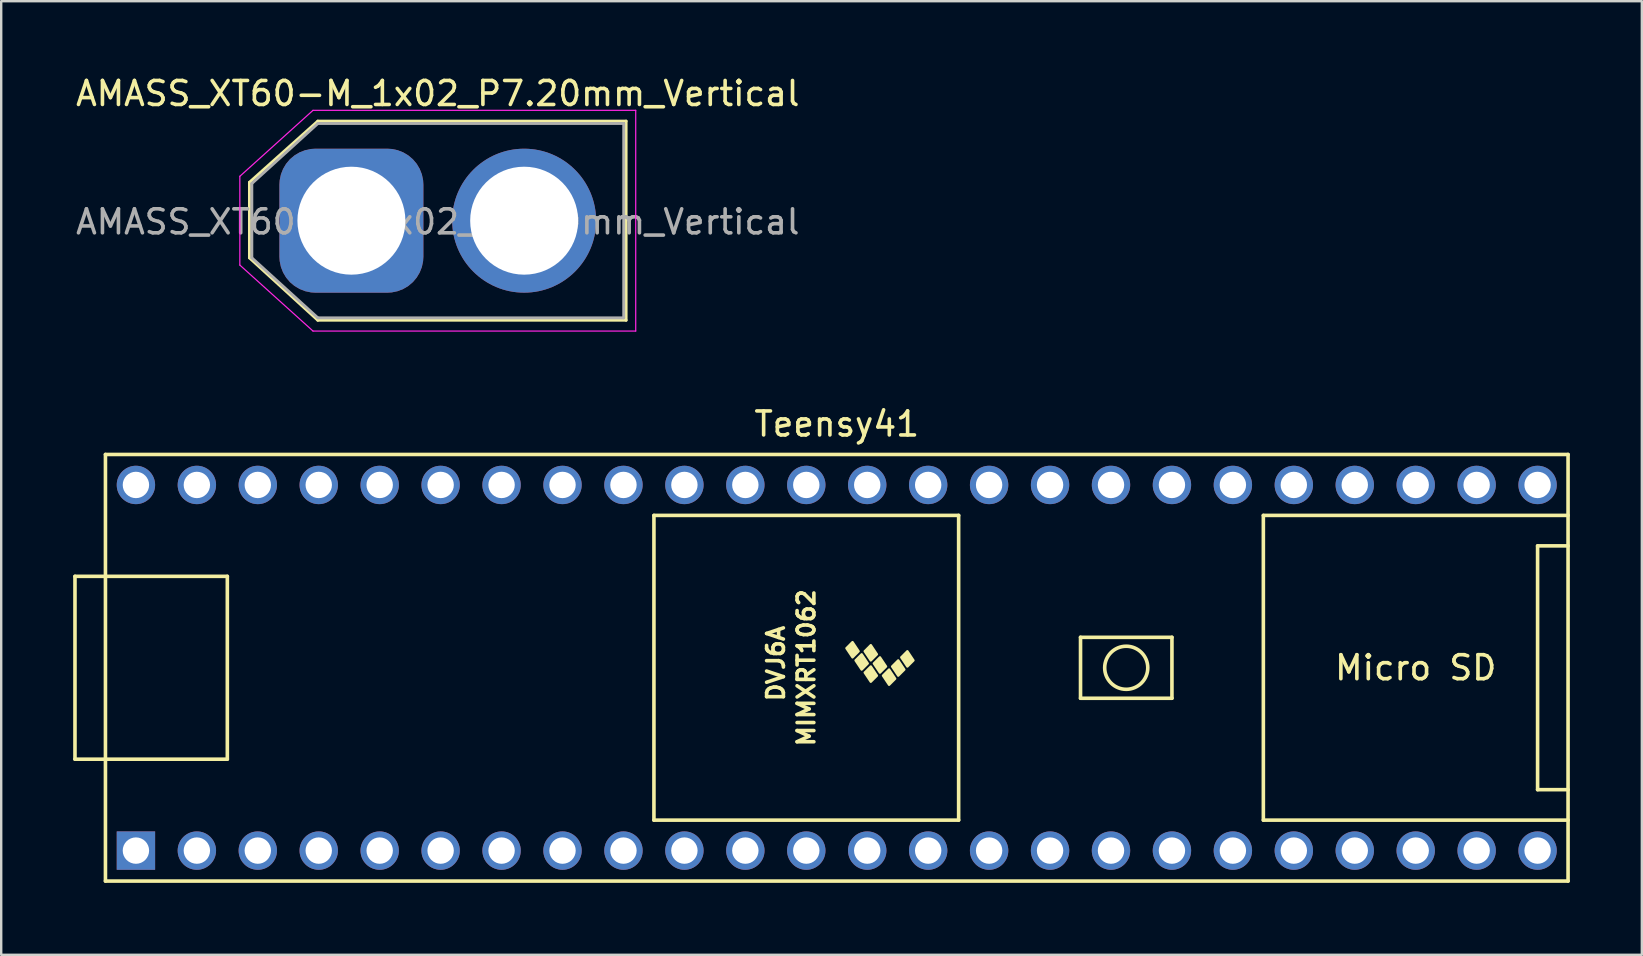
<source format=kicad_pcb>
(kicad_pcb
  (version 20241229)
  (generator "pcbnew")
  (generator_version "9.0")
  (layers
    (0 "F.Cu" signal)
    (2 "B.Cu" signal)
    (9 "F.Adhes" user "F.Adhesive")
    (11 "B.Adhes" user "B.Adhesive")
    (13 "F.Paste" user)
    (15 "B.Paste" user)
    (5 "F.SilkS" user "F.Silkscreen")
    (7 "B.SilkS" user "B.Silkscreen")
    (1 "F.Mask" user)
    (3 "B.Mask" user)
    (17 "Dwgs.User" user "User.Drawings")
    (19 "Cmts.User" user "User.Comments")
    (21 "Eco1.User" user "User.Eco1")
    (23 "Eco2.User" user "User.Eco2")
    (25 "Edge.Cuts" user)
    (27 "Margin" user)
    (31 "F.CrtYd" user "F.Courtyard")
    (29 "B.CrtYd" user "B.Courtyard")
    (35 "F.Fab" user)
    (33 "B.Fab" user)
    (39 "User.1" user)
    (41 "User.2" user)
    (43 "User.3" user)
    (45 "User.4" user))
  (footprint "AMASS_XT60-M_1x02_P7.20mm_Vertical"
    (layer "F.Cu")
    (at 11.596 6.148)
    (property "Reference" "AMASS_XT60-M_1x02_P7.20mm_Vertical" (at 3.6 -5.3 180) (layer "F.SilkS") (effects (font (size 1 1) (thickness 0.15))))
    (attr through_hole)
    (fp_line (start -4.25 -1.6) (end -4.25 1.55) (stroke (width 0.12) (type solid)) (layer "F.SilkS"))
    (fp_line (start -4.25 1.55) (end -1.4 4.15) (stroke (width 0.12) (type solid)) (layer "F.SilkS"))
    (fp_line (start -1.4 -4.15) (end -4.25 -1.6) (stroke (width 0.12) (type solid)) (layer "F.SilkS"))
    (fp_line (start -1.4 4.15) (end 11.45 4.15) (stroke (width 0.12) (type solid)) (layer "F.SilkS"))
    (fp_line (start 11.45 -4.15) (end -1.4 -4.15) (stroke (width 0.12) (type solid)) (layer "F.SilkS"))
    (fp_line (start 11.45 4.15) (end 11.45 -4.15) (stroke (width 0.12) (type solid)) (layer "F.SilkS"))
    (fp_line (start -4.65 -1.85) (end -1.6 -4.6) (stroke (width 0.05) (type solid)) (layer "F.CrtYd"))
    (fp_line (start -4.65 1.85) (end -4.65 -1.85) (stroke (width 0.05) (type solid)) (layer "F.CrtYd"))
    (fp_line (start -1.6 -4.6) (end 11.85 -4.6) (stroke (width 0.05) (type solid)) (layer "F.CrtYd"))
    (fp_line (start -1.6 4.6) (end -4.65 1.85) (stroke (width 0.05) (type solid)) (layer "F.CrtYd"))
    (fp_line (start 11.85 -4.6) (end 11.85 4.6) (stroke (width 0.05) (type solid)) (layer "F.CrtYd"))
    (fp_line (start 11.85 4.6) (end -1.6 4.6) (stroke (width 0.05) (type solid)) (layer "F.CrtYd"))
    (fp_line (start -4.15 -1.55) (end -4.15 1.55) (stroke (width 0.12) (type solid)) (layer "F.Fab"))
    (fp_line (start -4.15 1.55) (end -1.4 4.05) (stroke (width 0.12) (type solid)) (layer "F.Fab"))
    (fp_line (start -1.4 -4.05) (end -4.15 -1.55) (stroke (width 0.12) (type solid)) (layer "F.Fab"))
    (fp_line (start -1.4 4.05) (end 11.35 4.05) (stroke (width 0.12) (type solid)) (layer "F.Fab"))
    (fp_line (start 11.35 -4.05) (end -1.4 -4.05) (stroke (width 0.12) (type solid)) (layer "F.Fab"))
    (fp_line (start 11.35 4.05) (end 11.35 -4.05) (stroke (width 0.12) (type solid)) (layer "F.Fab"))
    (fp_text user "${REFERENCE}" (at 3.6 0.05 0) (layer "F.Fab") (effects (font (size 1 1) (thickness 0.15))))
    (pad "1" thru_hole roundrect (at 0 0) (size 6 6) (drill 4.5) (layers "*.Cu" "*.Mask") (roundrect_rratio 0.25))
    (pad "2" thru_hole circle (at 7.2 0) (size 6 6) (drill 4.5) (layers "*.Cu" "*.Mask")))
  (footprint "Teensy41"
    (layer "F.Cu")
    (at 31.825 24.782)
    (property "Reference" "Teensy41" (at 0 -10.16 0) (layer "F.SilkS") (effects (font (size 1 1) (thickness 0.15))))
    (attr through_hole)
    (fp_line (start -31.75 -3.81) (end -30.48 -3.81) (stroke (width 0.15) (type solid)) (layer "F.SilkS"))
    (fp_line (start -31.75 3.81) (end -31.75 -3.81) (stroke (width 0.15) (type solid)) (layer "F.SilkS"))
    (fp_line (start -30.48 -8.89) (end 30.48 -8.89) (stroke (width 0.15) (type solid)) (layer "F.SilkS"))
    (fp_line (start -30.48 3.81) (end -31.75 3.81) (stroke (width 0.15) (type solid)) (layer "F.SilkS"))
    (fp_line (start -30.48 8.89) (end -30.48 -8.89) (stroke (width 0.15) (type solid)) (layer "F.SilkS"))
    (fp_line (start -25.4 -3.81) (end -30.48 -3.81) (stroke (width 0.15) (type solid)) (layer "F.SilkS"))
    (fp_line (start -25.4 3.81) (end -30.48 3.81) (stroke (width 0.15) (type solid)) (layer "F.SilkS"))
    (fp_line (start -25.4 3.81) (end -25.4 -3.81) (stroke (width 0.15) (type solid)) (layer "F.SilkS"))
    (fp_line (start -7.62 -6.35) (end -7.62 6.35) (stroke (width 0.15) (type solid)) (layer "F.SilkS"))
    (fp_line (start -7.62 6.35) (end 5.08 6.35) (stroke (width 0.15) (type solid)) (layer "F.SilkS"))
    (fp_line (start 5.08 -6.35) (end -7.62 -6.35) (stroke (width 0.15) (type solid)) (layer "F.SilkS"))
    (fp_line (start 5.08 6.35) (end 5.08 -6.35) (stroke (width 0.15) (type solid)) (layer "F.SilkS"))
    (fp_line (start 10.16 -1.27) (end 13.97 -1.27) (stroke (width 0.15) (type solid)) (layer "F.SilkS"))
    (fp_line (start 10.16 1.27) (end 10.16 -1.27) (stroke (width 0.15) (type solid)) (layer "F.SilkS"))
    (fp_line (start 13.97 -1.27) (end 13.97 1.27) (stroke (width 0.15) (type solid)) (layer "F.SilkS"))
    (fp_line (start 13.97 1.27) (end 10.16 1.27) (stroke (width 0.15) (type solid)) (layer "F.SilkS"))
    (fp_line (start 17.78 -6.35) (end 17.78 6.35) (stroke (width 0.15) (type solid)) (layer "F.SilkS"))
    (fp_line (start 17.78 6.35) (end 30.48 6.35) (stroke (width 0.15) (type solid)) (layer "F.SilkS"))
    (fp_line (start 29.21 -5.08) (end 29.21 5.08) (stroke (width 0.15) (type solid)) (layer "F.SilkS"))
    (fp_line (start 29.21 5.08) (end 30.48 5.08) (stroke (width 0.15) (type solid)) (layer "F.SilkS"))
    (fp_line (start 30.48 -8.89) (end 30.48 8.89) (stroke (width 0.15) (type solid)) (layer "F.SilkS"))
    (fp_line (start 30.48 -6.35) (end 17.78 -6.35) (stroke (width 0.15) (type solid)) (layer "F.SilkS"))
    (fp_line (start 30.48 -5.08) (end 29.21 -5.08) (stroke (width 0.15) (type solid)) (layer "F.SilkS"))
    (fp_line (start 30.48 8.89) (end -30.48 8.89) (stroke (width 0.15) (type solid)) (layer "F.SilkS"))
    (fp_circle (center 12.065 0) (end 12.7 -0.635) (stroke (width 0.15) (type solid)) (fill no) (layer "F.SilkS"))
    (fp_poly (pts (xy 0.911 -0.688) (xy 0.657 -0.434) (xy 0.403 -0.815) (xy 0.657 -1.069)) (stroke (width 0.1) (type solid)) (fill yes) (layer "F.SilkS"))
    (fp_poly (pts (xy 1.292 -0.18) (xy 1.038 0.074) (xy 0.784 -0.307) (xy 1.038 -0.561)) (stroke (width 0.1) (type solid)) (fill yes) (layer "F.SilkS"))
    (fp_poly (pts (xy 1.673 -0.561) (xy 1.419 -0.307) (xy 1.165 -0.688) (xy 1.419 -0.942)) (stroke (width 0.1) (type solid)) (fill yes) (layer "F.SilkS"))
    (fp_poly (pts (xy 1.673 0.328) (xy 1.419 0.582) (xy 1.165 0.201) (xy 1.419 -0.053)) (stroke (width 0.1) (type solid)) (fill yes) (layer "F.SilkS"))
    (fp_poly (pts (xy 2.054 -0.053) (xy 1.8 0.201) (xy 1.546 -0.18) (xy 1.8 -0.434)) (stroke (width 0.1) (type solid)) (fill yes) (layer "F.SilkS"))
    (fp_poly (pts (xy 2.435 0.455) (xy 2.181 0.709) (xy 1.927 0.328) (xy 2.181 0.074)) (stroke (width 0.1) (type solid)) (fill yes) (layer "F.SilkS"))
    (fp_poly (pts (xy 2.816 0.074) (xy 2.562 0.328) (xy 2.308 -0.053) (xy 2.562 -0.307)) (stroke (width 0.1) (type solid)) (fill yes) (layer "F.SilkS"))
    (fp_poly (pts (xy 3.197 -0.307) (xy 2.943 -0.053) (xy 2.689 -0.434) (xy 2.943 -0.688)) (stroke (width 0.1) (type solid)) (fill yes) (layer "F.SilkS"))
    (fp_text user "Micro SD" (at 24.13 0 0) (layer "F.SilkS") (effects (font (size 1 1) (thickness 0.15))))
    (fp_text user "MIMXRT1062" (at -1.27 0 270) (layer "F.SilkS") (effects (font (size 0.7 0.7) (thickness 0.15))))
    (fp_text user "DVJ6A" (at -2.54 -0.18 270) (layer "F.SilkS") (effects (font (size 0.7 0.7) (thickness 0.15))))
    (pad "1" thru_hole rect (at -29.21 7.62) (size 1.6 1.6) (drill 1.1) (layers "*.Cu" "*.Mask"))
    (pad "2" thru_hole circle (at -26.67 7.62) (size 1.6 1.6) (drill 1.1) (layers "*.Cu" "*.Mask"))
    (pad "3" thru_hole circle (at -24.13 7.62) (size 1.6 1.6) (drill 1.1) (layers "*.Cu" "*.Mask"))
    (pad "4" thru_hole circle (at -21.59 7.62) (size 1.6 1.6) (drill 1.1) (layers "*.Cu" "*.Mask"))
    (pad "5" thru_hole circle (at -19.05 7.62) (size 1.6 1.6) (drill 1.1) (layers "*.Cu" "*.Mask"))
    (pad "6" thru_hole circle (at -16.51 7.62) (size 1.6 1.6) (drill 1.1) (layers "*.Cu" "*.Mask"))
    (pad "7" thru_hole circle (at -13.97 7.62) (size 1.6 1.6) (drill 1.1) (layers "*.Cu" "*.Mask"))
    (pad "8" thru_hole circle (at -11.43 7.62) (size 1.6 1.6) (drill 1.1) (layers "*.Cu" "*.Mask"))
    (pad "9" thru_hole circle (at -8.89 7.62) (size 1.6 1.6) (drill 1.1) (layers "*.Cu" "*.Mask"))
    (pad "10" thru_hole circle (at -6.35 7.62) (size 1.6 1.6) (drill 1.1) (layers "*.Cu" "*.Mask"))
    (pad "11" thru_hole circle (at -3.81 7.62) (size 1.6 1.6) (drill 1.1) (layers "*.Cu" "*.Mask"))
    (pad "12" thru_hole circle (at -1.27 7.62) (size 1.6 1.6) (drill 1.1) (layers "*.Cu" "*.Mask"))
    (pad "13" thru_hole circle (at 1.27 7.62) (size 1.6 1.6) (drill 1.1) (layers "*.Cu" "*.Mask"))
    (pad "14" thru_hole circle (at 3.81 7.62) (size 1.6 1.6) (drill 1.1) (layers "*.Cu" "*.Mask"))
    (pad "16" thru_hole circle (at 8.89 7.62) (size 1.6 1.6) (drill 1.1) (layers "*.Cu" "*.Mask"))
    (pad "17" thru_hole circle (at 11.43 7.62) (size 1.6 1.6) (drill 1.1) (layers "*.Cu" "*.Mask"))
    (pad "18" thru_hole circle (at 13.97 7.62) (size 1.6 1.6) (drill 1.1) (layers "*.Cu" "*.Mask"))
    (pad "19" thru_hole circle (at 16.51 7.62) (size 1.6 1.6) (drill 1.1) (layers "*.Cu" "*.Mask"))
    (pad "20" thru_hole circle (at 19.05 7.62) (size 1.6 1.6) (drill 1.1) (layers "*.Cu" "*.Mask"))
    (pad "21" thru_hole circle (at 21.59 7.62) (size 1.6 1.6) (drill 1.1) (layers "*.Cu" "*.Mask"))
    (pad "22" thru_hole circle (at 24.13 7.62) (size 1.6 1.6) (drill 1.1) (layers "*.Cu" "*.Mask"))
    (pad "23" thru_hole circle (at 26.67 7.62) (size 1.6 1.6) (drill 1.1) (layers "*.Cu" "*.Mask"))
    (pad "24" thru_hole circle (at 29.21 7.62) (size 1.6 1.6) (drill 1.1) (layers "*.Cu" "*.Mask"))
    (pad "25" thru_hole circle (at 29.21 -7.62) (size 1.6 1.6) (drill 1.1) (layers "*.Cu" "*.Mask"))
    (pad "26" thru_hole circle (at 26.67 -7.62) (size 1.6 1.6) (drill 1.1) (layers "*.Cu" "*.Mask"))
    (pad "27" thru_hole circle (at 24.13 -7.62) (size 1.6 1.6) (drill 1.1) (layers "*.Cu" "*.Mask"))
    (pad "28" thru_hole circle (at 21.59 -7.62) (size 1.6 1.6) (drill 1.1) (layers "*.Cu" "*.Mask"))
    (pad "29" thru_hole circle (at 19.05 -7.62) (size 1.6 1.6) (drill 1.1) (layers "*.Cu" "*.Mask"))
    (pad "30" thru_hole circle (at 16.51 -7.62) (size 1.6 1.6) (drill 1.1) (layers "*.Cu" "*.Mask"))
    (pad "31" thru_hole circle (at 13.97 -7.62) (size 1.6 1.6) (drill 1.1) (layers "*.Cu" "*.Mask"))
    (pad "32" thru_hole circle (at 11.43 -7.62) (size 1.6 1.6) (drill 1.1) (layers "*.Cu" "*.Mask"))
    (pad "33" thru_hole circle (at 8.89 -7.62) (size 1.6 1.6) (drill 1.1) (layers "*.Cu" "*.Mask"))
    (pad "34" thru_hole circle (at 6.35 -7.62) (size 1.6 1.6) (drill 1.1) (layers "*.Cu" "*.Mask"))
    (pad "35" thru_hole circle (at 3.81 -7.62) (size 1.6 1.6) (drill 1.1) (layers "*.Cu" "*.Mask"))
    (pad "36" thru_hole circle (at 1.27 -7.62) (size 1.6 1.6) (drill 1.1) (layers "*.Cu" "*.Mask"))
    (pad "37" thru_hole circle (at -1.27 -7.62) (size 1.6 1.6) (drill 1.1) (layers "*.Cu" "*.Mask"))
    (pad "38" thru_hole circle (at -3.81 -7.62) (size 1.6 1.6) (drill 1.1) (layers "*.Cu" "*.Mask"))
    (pad "39" thru_hole circle (at -6.35 -7.62) (size 1.6 1.6) (drill 1.1) (layers "*.Cu" "*.Mask"))
    (pad "40" thru_hole circle (at -8.89 -7.62) (size 1.6 1.6) (drill 1.1) (layers "*.Cu" "*.Mask"))
    (pad "41" thru_hole circle (at -11.43 -7.62) (size 1.6 1.6) (drill 1.1) (layers "*.Cu" "*.Mask"))
    (pad "42" thru_hole circle (at -13.97 -7.62) (size 1.6 1.6) (drill 1.1) (layers "*.Cu" "*.Mask"))
    (pad "43" thru_hole circle (at -16.51 -7.62) (size 1.6 1.6) (drill 1.1) (layers "*.Cu" "*.Mask"))
    (pad "44" thru_hole circle (at -19.05 -7.62) (size 1.6 1.6) (drill 1.1) (layers "*.Cu" "*.Mask"))
    (pad "45" thru_hole circle (at -21.59 -7.62) (size 1.6 1.6) (drill 1.1) (layers "*.Cu" "*.Mask"))
    (pad "46" thru_hole circle (at -24.13 -7.62) (size 1.6 1.6) (drill 1.1) (layers "*.Cu" "*.Mask"))
    (pad "46" thru_hole circle (at 6.35 7.62) (size 1.6 1.6) (drill 1.1) (layers "*.Cu" "*.Mask"))
    (pad "47" thru_hole circle (at -26.67 -7.62) (size 1.6 1.6) (drill 1.1) (layers "*.Cu" "*.Mask"))
    (pad "48" thru_hole circle (at -29.21 -7.62) (size 1.6 1.6) (drill 1.1) (layers "*.Cu" "*.Mask")))
  (gr_rect
    (start -3 -3)
    (end 65.38 36.746)
    (stroke (width 0.1) (type default))
    (fill no)
    (layer "Edge.Cuts")))
</source>
